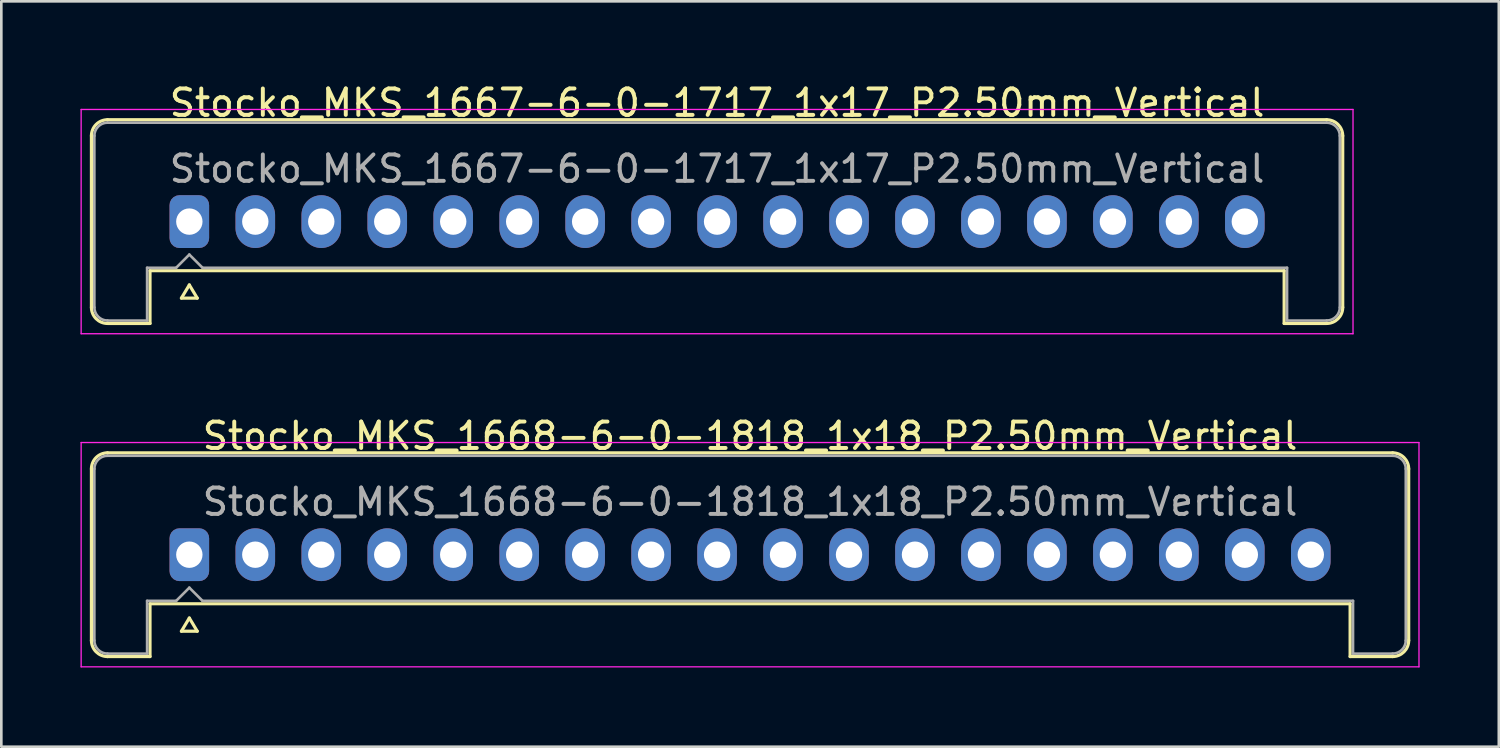
<source format=kicad_pcb>
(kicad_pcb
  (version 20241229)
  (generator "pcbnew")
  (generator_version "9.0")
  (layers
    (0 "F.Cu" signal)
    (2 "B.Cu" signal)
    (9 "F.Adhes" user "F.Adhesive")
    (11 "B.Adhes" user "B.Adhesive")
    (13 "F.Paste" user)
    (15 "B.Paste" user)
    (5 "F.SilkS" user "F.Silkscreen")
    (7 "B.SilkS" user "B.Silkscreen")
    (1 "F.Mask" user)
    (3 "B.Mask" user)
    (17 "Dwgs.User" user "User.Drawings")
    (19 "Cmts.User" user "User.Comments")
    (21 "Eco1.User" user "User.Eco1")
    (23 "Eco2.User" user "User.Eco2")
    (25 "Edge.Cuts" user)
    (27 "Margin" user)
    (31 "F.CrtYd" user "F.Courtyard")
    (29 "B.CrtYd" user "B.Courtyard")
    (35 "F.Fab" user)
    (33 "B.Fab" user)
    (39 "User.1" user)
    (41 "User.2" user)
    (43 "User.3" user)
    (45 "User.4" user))
  (footprint "Stocko_MKS_1668-6-0-1818_1x18_P2.50mm_Vertical"
    (layer "F.Cu")
    (at 4.125 17.971)
    (property "Reference" "Stocko_MKS_1668-6-0-1818_1x18_P2.50mm_Vertical" (at 21.25 -4.5 0) (layer "F.SilkS") (effects (font (size 1 1) (thickness 0.15))))
    (attr through_hole)
    (fp_line (start -3.71 -3.25) (end -3.71 3.25) (stroke (width 0.12) (type solid)) (layer "F.SilkS"))
    (fp_line (start -3.1 -3.86) (end 45.6 -3.86) (stroke (width 0.12) (type solid)) (layer "F.SilkS"))
    (fp_line (start -3.1 3.86) (end -1.49 3.86) (stroke (width 0.12) (type solid)) (layer "F.SilkS"))
    (fp_line (start -1.49 1.86) (end 43.99 1.86) (stroke (width 0.12) (type solid)) (layer "F.SilkS"))
    (fp_line (start -1.49 3.86) (end -1.49 1.86) (stroke (width 0.12) (type solid)) (layer "F.SilkS"))
    (fp_line (start -0.3 2.9) (end 0.3 2.9) (stroke (width 0.12) (type solid)) (layer "F.SilkS"))
    (fp_line (start 0 2.4) (end -0.3 2.9) (stroke (width 0.12) (type solid)) (layer "F.SilkS"))
    (fp_line (start 0.3 2.9) (end 0 2.4) (stroke (width 0.12) (type solid)) (layer "F.SilkS"))
    (fp_line (start 43.99 3.86) (end 43.99 1.86) (stroke (width 0.12) (type solid)) (layer "F.SilkS"))
    (fp_line (start 45.6 3.86) (end 43.99 3.86) (stroke (width 0.12) (type solid)) (layer "F.SilkS"))
    (fp_line (start 46.21 -3.25) (end 46.21 3.25) (stroke (width 0.12) (type solid)) (layer "F.SilkS"))
    (fp_arc (start -3.71 -3.25) (mid -3.531335 -3.681335) (end -3.1 -3.86) (stroke (width 0.12) (type solid)) (layer "F.SilkS"))
    (fp_arc (start -3.1 3.86) (mid -3.531335 3.681335) (end -3.71 3.25) (stroke (width 0.12) (type solid)) (layer "F.SilkS"))
    (fp_arc (start 45.6 -3.86) (mid 46.031335 -3.681335) (end 46.21 -3.25) (stroke (width 0.12) (type solid)) (layer "F.SilkS"))
    (fp_arc (start 46.21 3.25) (mid 46.031335 3.681335) (end 45.6 3.86) (stroke (width 0.12) (type solid)) (layer "F.SilkS"))
    (fp_line (start -4.1 -4.25) (end -4.1 4.25) (stroke (width 0.05) (type solid)) (layer "F.CrtYd"))
    (fp_line (start -4.1 4.25) (end 46.6 4.25) (stroke (width 0.05) (type solid)) (layer "F.CrtYd"))
    (fp_line (start 46.6 -4.25) (end -4.1 -4.25) (stroke (width 0.05) (type solid)) (layer "F.CrtYd"))
    (fp_line (start 46.6 4.25) (end 46.6 -4.25) (stroke (width 0.05) (type solid)) (layer "F.CrtYd"))
    (fp_line (start -3.6 -3.25) (end -3.6 3.25) (stroke (width 0.1) (type solid)) (layer "F.Fab"))
    (fp_line (start -3.1 -3.75) (end 45.6 -3.75) (stroke (width 0.1) (type solid)) (layer "F.Fab"))
    (fp_line (start -3.1 3.75) (end -1.6 3.75) (stroke (width 0.1) (type solid)) (layer "F.Fab"))
    (fp_line (start -1.6 1.75) (end -0.5 1.75) (stroke (width 0.1) (type solid)) (layer "F.Fab"))
    (fp_line (start -1.6 3.75) (end -1.6 1.75) (stroke (width 0.1) (type solid)) (layer "F.Fab"))
    (fp_line (start -0.5 1.75) (end 0 1.25) (stroke (width 0.1) (type solid)) (layer "F.Fab"))
    (fp_line (start 0 1.25) (end 0.5 1.75) (stroke (width 0.1) (type solid)) (layer "F.Fab"))
    (fp_line (start 0.5 1.75) (end 44.1 1.75) (stroke (width 0.1) (type solid)) (layer "F.Fab"))
    (fp_line (start 44.1 3.75) (end 44.1 1.75) (stroke (width 0.1) (type solid)) (layer "F.Fab"))
    (fp_line (start 45.6 3.75) (end 44.1 3.75) (stroke (width 0.1) (type solid)) (layer "F.Fab"))
    (fp_line (start 46.1 -3.25) (end 46.1 3.25) (stroke (width 0.1) (type solid)) (layer "F.Fab"))
    (fp_arc (start -3.6 -3.25) (mid -3.453553 -3.603553) (end -3.1 -3.75) (stroke (width 0.1) (type solid)) (layer "F.Fab"))
    (fp_arc (start -3.1 3.75) (mid -3.453553 3.603553) (end -3.6 3.25) (stroke (width 0.1) (type solid)) (layer "F.Fab"))
    (fp_arc (start 45.6 -3.75) (mid 45.953553 -3.603553) (end 46.1 -3.25) (stroke (width 0.1) (type solid)) (layer "F.Fab"))
    (fp_arc (start 46.1 3.25) (mid 45.953553 3.603553) (end 45.6 3.75) (stroke (width 0.1) (type solid)) (layer "F.Fab"))
    (fp_text user "${REFERENCE}" (at 21.25 -2 0) (layer "F.Fab") (effects (font (size 1 1) (thickness 0.15))))
    (pad "1" thru_hole roundrect (at 0 0) (size 1.5 2) (drill 1) (layers "*.Cu" "*.Mask") (roundrect_rratio 0.25))
    (pad "2" thru_hole oval (at 2.5 0) (size 1.5 2) (drill 1) (layers "*.Cu" "*.Mask"))
    (pad "3" thru_hole oval (at 5 0) (size 1.5 2) (drill 1) (layers "*.Cu" "*.Mask"))
    (pad "4" thru_hole oval (at 7.5 0) (size 1.5 2) (drill 1) (layers "*.Cu" "*.Mask"))
    (pad "5" thru_hole oval (at 10 0) (size 1.5 2) (drill 1) (layers "*.Cu" "*.Mask"))
    (pad "6" thru_hole oval (at 12.5 0) (size 1.5 2) (drill 1) (layers "*.Cu" "*.Mask"))
    (pad "7" thru_hole oval (at 15 0) (size 1.5 2) (drill 1) (layers "*.Cu" "*.Mask"))
    (pad "8" thru_hole oval (at 17.5 0) (size 1.5 2) (drill 1) (layers "*.Cu" "*.Mask"))
    (pad "9" thru_hole oval (at 20 0) (size 1.5 2) (drill 1) (layers "*.Cu" "*.Mask"))
    (pad "10" thru_hole oval (at 22.5 0) (size 1.5 2) (drill 1) (layers "*.Cu" "*.Mask"))
    (pad "11" thru_hole oval (at 25 0) (size 1.5 2) (drill 1) (layers "*.Cu" "*.Mask"))
    (pad "12" thru_hole oval (at 27.5 0) (size 1.5 2) (drill 1) (layers "*.Cu" "*.Mask"))
    (pad "13" thru_hole oval (at 30 0) (size 1.5 2) (drill 1) (layers "*.Cu" "*.Mask"))
    (pad "14" thru_hole oval (at 32.5 0) (size 1.5 2) (drill 1) (layers "*.Cu" "*.Mask"))
    (pad "15" thru_hole oval (at 35 0) (size 1.5 2) (drill 1) (layers "*.Cu" "*.Mask"))
    (pad "16" thru_hole oval (at 37.5 0) (size 1.5 2) (drill 1) (layers "*.Cu" "*.Mask"))
    (pad "17" thru_hole oval (at 40 0) (size 1.5 2) (drill 1) (layers "*.Cu" "*.Mask"))
    (pad "18" thru_hole oval (at 42.5 0) (size 1.5 2) (drill 1) (layers "*.Cu" "*.Mask")))
  (footprint "Stocko_MKS_1667-6-0-1717_1x17_P2.50mm_Vertical"
    (layer "F.Cu")
    (at 4.125 5.348)
    (property "Reference" "Stocko_MKS_1667-6-0-1717_1x17_P2.50mm_Vertical" (at 20 -4.5 0) (layer "F.SilkS") (effects (font (size 1 1) (thickness 0.15))))
    (attr through_hole)
    (fp_line (start -3.71 -3.25) (end -3.71 3.25) (stroke (width 0.12) (type solid)) (layer "F.SilkS"))
    (fp_line (start -3.1 -3.86) (end 43.1 -3.86) (stroke (width 0.12) (type solid)) (layer "F.SilkS"))
    (fp_line (start -3.1 3.86) (end -1.49 3.86) (stroke (width 0.12) (type solid)) (layer "F.SilkS"))
    (fp_line (start -1.49 1.86) (end 41.49 1.86) (stroke (width 0.12) (type solid)) (layer "F.SilkS"))
    (fp_line (start -1.49 3.86) (end -1.49 1.86) (stroke (width 0.12) (type solid)) (layer "F.SilkS"))
    (fp_line (start -0.3 2.9) (end 0.3 2.9) (stroke (width 0.12) (type solid)) (layer "F.SilkS"))
    (fp_line (start 0 2.4) (end -0.3 2.9) (stroke (width 0.12) (type solid)) (layer "F.SilkS"))
    (fp_line (start 0.3 2.9) (end 0 2.4) (stroke (width 0.12) (type solid)) (layer "F.SilkS"))
    (fp_line (start 41.49 3.86) (end 41.49 1.86) (stroke (width 0.12) (type solid)) (layer "F.SilkS"))
    (fp_line (start 43.1 3.86) (end 41.49 3.86) (stroke (width 0.12) (type solid)) (layer "F.SilkS"))
    (fp_line (start 43.71 -3.25) (end 43.71 3.25) (stroke (width 0.12) (type solid)) (layer "F.SilkS"))
    (fp_arc (start -3.71 -3.25) (mid -3.531335 -3.681335) (end -3.1 -3.86) (stroke (width 0.12) (type solid)) (layer "F.SilkS"))
    (fp_arc (start -3.1 3.86) (mid -3.531335 3.681335) (end -3.71 3.25) (stroke (width 0.12) (type solid)) (layer "F.SilkS"))
    (fp_arc (start 43.1 -3.86) (mid 43.531335 -3.681335) (end 43.71 -3.25) (stroke (width 0.12) (type solid)) (layer "F.SilkS"))
    (fp_arc (start 43.71 3.25) (mid 43.531335 3.681335) (end 43.1 3.86) (stroke (width 0.12) (type solid)) (layer "F.SilkS"))
    (fp_line (start -4.1 -4.25) (end -4.1 4.25) (stroke (width 0.05) (type solid)) (layer "F.CrtYd"))
    (fp_line (start -4.1 4.25) (end 44.1 4.25) (stroke (width 0.05) (type solid)) (layer "F.CrtYd"))
    (fp_line (start 44.1 -4.25) (end -4.1 -4.25) (stroke (width 0.05) (type solid)) (layer "F.CrtYd"))
    (fp_line (start 44.1 4.25) (end 44.1 -4.25) (stroke (width 0.05) (type solid)) (layer "F.CrtYd"))
    (fp_line (start -3.6 -3.25) (end -3.6 3.25) (stroke (width 0.1) (type solid)) (layer "F.Fab"))
    (fp_line (start -3.1 -3.75) (end 43.1 -3.75) (stroke (width 0.1) (type solid)) (layer "F.Fab"))
    (fp_line (start -3.1 3.75) (end -1.6 3.75) (stroke (width 0.1) (type solid)) (layer "F.Fab"))
    (fp_line (start -1.6 1.75) (end -0.5 1.75) (stroke (width 0.1) (type solid)) (layer "F.Fab"))
    (fp_line (start -1.6 3.75) (end -1.6 1.75) (stroke (width 0.1) (type solid)) (layer "F.Fab"))
    (fp_line (start -0.5 1.75) (end 0 1.25) (stroke (width 0.1) (type solid)) (layer "F.Fab"))
    (fp_line (start 0 1.25) (end 0.5 1.75) (stroke (width 0.1) (type solid)) (layer "F.Fab"))
    (fp_line (start 0.5 1.75) (end 41.6 1.75) (stroke (width 0.1) (type solid)) (layer "F.Fab"))
    (fp_line (start 41.6 3.75) (end 41.6 1.75) (stroke (width 0.1) (type solid)) (layer "F.Fab"))
    (fp_line (start 43.1 3.75) (end 41.6 3.75) (stroke (width 0.1) (type solid)) (layer "F.Fab"))
    (fp_line (start 43.6 -3.25) (end 43.6 3.25) (stroke (width 0.1) (type solid)) (layer "F.Fab"))
    (fp_arc (start -3.6 -3.25) (mid -3.453553 -3.603553) (end -3.1 -3.75) (stroke (width 0.1) (type solid)) (layer "F.Fab"))
    (fp_arc (start -3.1 3.75) (mid -3.453553 3.603553) (end -3.6 3.25) (stroke (width 0.1) (type solid)) (layer "F.Fab"))
    (fp_arc (start 43.1 -3.75) (mid 43.453553 -3.603553) (end 43.6 -3.25) (stroke (width 0.1) (type solid)) (layer "F.Fab"))
    (fp_arc (start 43.6 3.25) (mid 43.453553 3.603553) (end 43.1 3.75) (stroke (width 0.1) (type solid)) (layer "F.Fab"))
    (fp_text user "${REFERENCE}" (at 20 -2 0) (layer "F.Fab") (effects (font (size 1 1) (thickness 0.15))))
    (pad "1" thru_hole roundrect (at 0 0) (size 1.5 2) (drill 1) (layers "*.Cu" "*.Mask") (roundrect_rratio 0.25))
    (pad "2" thru_hole oval (at 2.5 0) (size 1.5 2) (drill 1) (layers "*.Cu" "*.Mask"))
    (pad "3" thru_hole oval (at 5 0) (size 1.5 2) (drill 1) (layers "*.Cu" "*.Mask"))
    (pad "4" thru_hole oval (at 7.5 0) (size 1.5 2) (drill 1) (layers "*.Cu" "*.Mask"))
    (pad "5" thru_hole oval (at 10 0) (size 1.5 2) (drill 1) (layers "*.Cu" "*.Mask"))
    (pad "6" thru_hole oval (at 12.5 0) (size 1.5 2) (drill 1) (layers "*.Cu" "*.Mask"))
    (pad "7" thru_hole oval (at 15 0) (size 1.5 2) (drill 1) (layers "*.Cu" "*.Mask"))
    (pad "8" thru_hole oval (at 17.5 0) (size 1.5 2) (drill 1) (layers "*.Cu" "*.Mask"))
    (pad "9" thru_hole oval (at 20 0) (size 1.5 2) (drill 1) (layers "*.Cu" "*.Mask"))
    (pad "10" thru_hole oval (at 22.5 0) (size 1.5 2) (drill 1) (layers "*.Cu" "*.Mask"))
    (pad "11" thru_hole oval (at 25 0) (size 1.5 2) (drill 1) (layers "*.Cu" "*.Mask"))
    (pad "12" thru_hole oval (at 27.5 0) (size 1.5 2) (drill 1) (layers "*.Cu" "*.Mask"))
    (pad "13" thru_hole oval (at 30 0) (size 1.5 2) (drill 1) (layers "*.Cu" "*.Mask"))
    (pad "14" thru_hole oval (at 32.5 0) (size 1.5 2) (drill 1) (layers "*.Cu" "*.Mask"))
    (pad "15" thru_hole oval (at 35 0) (size 1.5 2) (drill 1) (layers "*.Cu" "*.Mask"))
    (pad "16" thru_hole oval (at 37.5 0) (size 1.5 2) (drill 1) (layers "*.Cu" "*.Mask"))
    (pad "17" thru_hole oval (at 40 0) (size 1.5 2) (drill 1) (layers "*.Cu" "*.Mask")))
  (gr_rect
    (start -3 -3)
    (end 53.75 25.247)
    (stroke (width 0.1) (type default))
    (fill no)
    (layer "Edge.Cuts")))
</source>
